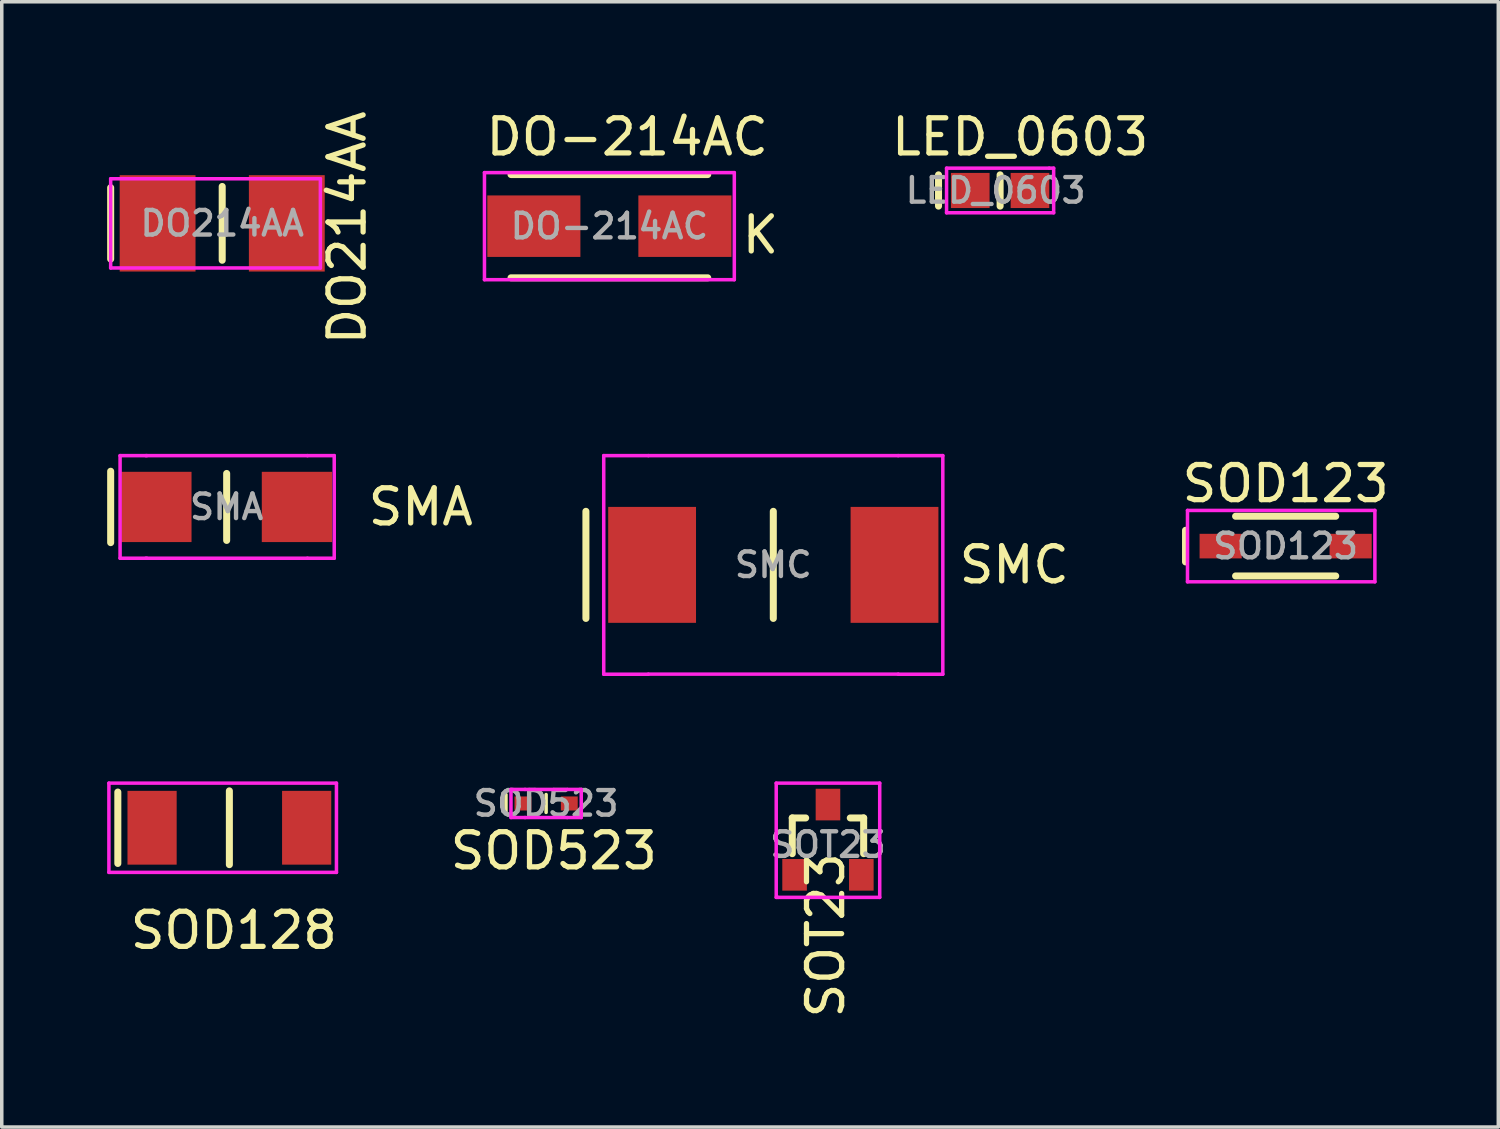
<source format=kicad_pcb>
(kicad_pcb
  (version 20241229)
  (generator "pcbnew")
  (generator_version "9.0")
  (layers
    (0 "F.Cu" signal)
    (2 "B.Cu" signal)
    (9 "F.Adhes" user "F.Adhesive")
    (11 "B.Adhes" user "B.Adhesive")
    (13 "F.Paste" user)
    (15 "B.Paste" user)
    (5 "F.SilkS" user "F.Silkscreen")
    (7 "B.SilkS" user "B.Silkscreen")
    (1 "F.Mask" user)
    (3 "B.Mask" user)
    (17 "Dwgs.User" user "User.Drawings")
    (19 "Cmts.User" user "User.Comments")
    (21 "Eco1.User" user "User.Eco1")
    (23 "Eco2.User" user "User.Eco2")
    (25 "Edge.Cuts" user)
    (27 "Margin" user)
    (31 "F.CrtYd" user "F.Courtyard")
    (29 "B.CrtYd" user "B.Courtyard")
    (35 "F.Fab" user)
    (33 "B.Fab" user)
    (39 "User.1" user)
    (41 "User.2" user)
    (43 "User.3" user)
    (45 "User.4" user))
  (footprint "DO214AA"
    (placed yes)
    (layer "F.Cu")
    (at 3.275 3.308)
    (property "Reference" "DO214AA" (at 3.556 0.127 90) (layer "F.SilkS") (effects (font (size 1 1) (thickness 0.15))))
    (attr through_hole)
    (fp_line (start -3.175 -1.016) (end -3.175 1.016) (stroke (width 0.2) (type solid)) (layer "F.SilkS"))
    (fp_line (start 0 -1.05) (end 0 1.05) (stroke (width 0.2) (type solid)) (layer "F.SilkS"))
    (fp_line (start -3.175 -1.27) (end 2.794 -1.27) (stroke (width 0.1) (type solid)) (layer "F.CrtYd"))
    (fp_line (start -3.175 1.27) (end -3.175 -1.27) (stroke (width 0.1) (type solid)) (layer "F.CrtYd"))
    (fp_line (start 2.794 -1.27) (end 2.794 1.27) (stroke (width 0.1) (type solid)) (layer "F.CrtYd"))
    (fp_line (start 2.794 1.27) (end -3.175 1.27) (stroke (width 0.1) (type solid)) (layer "F.CrtYd"))
    (fp_text user "${REFERENCE}" (at 0 0 0) (layer "F.Fab") (effects (font (size 0.7 0.7) (thickness 0.125))))
    (pad "1" smd rect (at -1.839 0) (size 2.159 2.743) (layers "F.Cu" "F.Mask" "F.Paste"))
    (pad "2" smd rect (at 1.839 0) (size 2.159 2.743) (layers "F.Cu" "F.Mask" "F.Paste")))
  (footprint "SOT23"
    (placed yes)
    (layer "F.Cu")
    (at 20.518 19.852)
    (property "Reference" "SOT23" (at -0.066 3.721 90) (layer "F.SilkS") (effects (font (size 1 1) (thickness 0.15))))
    (attr through_hole)
    (fp_line (start -1.016 0.381) (end -1.016 1.397) (stroke (width 0.2) (type solid)) (layer "F.SilkS"))
    (fp_line (start -0.635 0.381) (end -1.016 0.381) (stroke (width 0.2) (type solid)) (layer "F.SilkS"))
    (fp_line (start 0.635 0.381) (end 1.016 0.381) (stroke (width 0.2) (type solid)) (layer "F.SilkS"))
    (fp_line (start 1.016 0.381) (end 1.016 1.397) (stroke (width 0.2) (type solid)) (layer "F.SilkS"))
    (fp_line (start -1.473 2.642) (end -1.473 -0.61) (stroke (width 0.1) (type solid)) (layer "F.CrtYd"))
    (fp_line (start -1.422 2.642) (end -1.473 2.642) (stroke (width 0.1) (type solid)) (layer "F.CrtYd"))
    (fp_line (start 1.473 -0.61) (end -1.473 -0.61) (stroke (width 0.1) (type solid)) (layer "F.CrtYd"))
    (fp_line (start 1.473 -0.61) (end 1.473 2.642) (stroke (width 0.1) (type solid)) (layer "F.CrtYd"))
    (fp_line (start 1.473 2.642) (end -1.422 2.642) (stroke (width 0.1) (type solid)) (layer "F.CrtYd"))
    (fp_text user "${REFERENCE}" (at 0 1.143 0) (layer "F.Fab") (effects (font (size 0.7 0.7) (thickness 0.125))))
    (pad "1" smd rect (at -0.95 2) (size 0.7 0.9) (layers "F.Cu" "F.Mask" "F.Paste"))
    (pad "2" smd rect (at 0.95 2) (size 0.7 0.9) (layers "F.Cu" "F.Mask" "F.Paste"))
    (pad "3" smd rect (at 0 0) (size 0.7 0.9) (layers "F.Cu" "F.Mask" "F.Paste")))
  (footprint "SMA"
    (layer "F.Cu")
    (at 3.402 11.38)
    (property "Reference" "SMA" (at 5.524 0 0) (layer "F.SilkS") (effects (font (size 1 1) (thickness 0.15))))
    (attr through_hole)
    (fp_line (start -3.302 -1.016) (end -3.302 1.016) (stroke (width 0.2) (type solid)) (layer "F.SilkS"))
    (fp_line (start 0 -0.953) (end 0 0.953) (stroke (width 0.2) (type solid)) (layer "F.SilkS"))
    (fp_line (start -3.034 -1.461) (end -2.272 -1.461) (stroke (width 0.1) (type solid)) (layer "F.CrtYd"))
    (fp_line (start -3.034 1.46) (end -3.034 -1.461) (stroke (width 0.1) (type solid)) (layer "F.CrtYd"))
    (fp_line (start -2.3 -1.46) (end 2.3 -1.46) (stroke (width 0.1) (type solid)) (layer "F.CrtYd"))
    (fp_line (start -2.3 1.46) (end 2.3 1.46) (stroke (width 0.1) (type solid)) (layer "F.CrtYd"))
    (fp_line (start -2.272 1.46) (end -3.034 1.46) (stroke (width 0.1) (type solid)) (layer "F.CrtYd"))
    (fp_line (start 2.3 1.46) (end 3.062 1.46) (stroke (width 0.1) (type solid)) (layer "F.CrtYd"))
    (fp_line (start 3.062 -1.461) (end 2.3 -1.461) (stroke (width 0.1) (type solid)) (layer "F.CrtYd"))
    (fp_line (start 3.062 1.46) (end 3.062 -1.461) (stroke (width 0.1) (type solid)) (layer "F.CrtYd"))
    (fp_text user "${REFERENCE}" (at 0 0 0) (layer "F.Fab") (effects (font (size 0.7 0.7) (thickness 0.125))))
    (pad "1" smd rect (at -2 0) (size 2 2) (layers "F.Cu" "F.Mask" "F.Paste"))
    (pad "2" smd rect (at 2 0) (size 2 2) (layers "F.Cu" "F.Mask" "F.Paste")))
  (footprint "LED_0603"
    (layer "F.Cu")
    (at 25.418 2.372)
    (property "Reference" "LED_0603" (at 0.572 -1.524 0) (layer "F.SilkS") (effects (font (size 1 1) (thickness 0.15))))
    (attr smd)
    (fp_line (start -1.753 -0.445) (end -1.753 0.445) (stroke (width 0.2) (type solid)) (layer "F.SilkS"))
    (fp_line (start 0 -0.445) (end 0 0.445) (stroke (width 0.2) (type solid)) (layer "F.SilkS"))
    (fp_line (start -1.524 -0.635) (end -1.524 0.635) (stroke (width 0.1) (type solid)) (layer "F.CrtYd"))
    (fp_line (start -1.524 0.635) (end 1.524 0.635) (stroke (width 0.1) (type solid)) (layer "F.CrtYd"))
    (fp_line (start 1.397 -0.635) (end -1.524 -0.635) (stroke (width 0.1) (type solid)) (layer "F.CrtYd"))
    (fp_line (start 1.524 -0.635) (end 1.397 -0.635) (stroke (width 0.1) (type solid)) (layer "F.CrtYd"))
    (fp_line (start 1.524 0.635) (end 1.524 -0.635) (stroke (width 0.1) (type solid)) (layer "F.CrtYd"))
    (fp_text user "${REFERENCE}" (at -0.127 0 0) (layer "F.Fab") (effects (font (size 0.7 0.7) (thickness 0.125))))
    (pad "1" smd rect (at -0.85 0) (size 1.1 1) (layers "F.Cu" "F.Mask" "F.Paste"))
    (pad "2" smd rect (at 0.85 0) (size 1.1 1) (layers "F.Cu" "F.Mask" "F.Paste")))
  (footprint "SOD523"
    (layer "F.Cu")
    (at 12.495 19.821)
    (property "Reference" "SOD523" (at 0.218 1.349 0) (layer "F.SilkS") (effects (font (size 1 1) (thickness 0.15))))
    (attr through_hole)
    (fp_line (start -1.143 -0.254) (end -1.143 0.254) (stroke (width 0.1) (type solid)) (layer "F.SilkS"))
    (fp_line (start 0 -0.254) (end 0 0.254) (stroke (width 0.1) (type solid)) (layer "F.SilkS"))
    (fp_line (start -1 -0.4) (end -1 0.4) (stroke (width 0.1) (type solid)) (layer "F.CrtYd"))
    (fp_line (start -1 0.4) (end -0.6 0.4) (stroke (width 0.1) (type solid)) (layer "F.CrtYd"))
    (fp_line (start -0.6 -0.4) (end -1 -0.4) (stroke (width 0.1) (type solid)) (layer "F.CrtYd"))
    (fp_line (start -0.6 -0.4) (end 0.6 -0.4) (stroke (width 0.1) (type solid)) (layer "F.CrtYd"))
    (fp_line (start -0.6 0.4) (end 0.6 0.4) (stroke (width 0.1) (type solid)) (layer "F.CrtYd"))
    (fp_line (start 0.6 0.4) (end 1 0.4) (stroke (width 0.1) (type solid)) (layer "F.CrtYd"))
    (fp_line (start 1 -0.4) (end 0.6 -0.4) (stroke (width 0.1) (type solid)) (layer "F.CrtYd"))
    (fp_line (start 1 0.4) (end 1 -0.4) (stroke (width 0.1) (type solid)) (layer "F.CrtYd"))
    (fp_text user "${REFERENCE}" (at 0 0 0) (layer "F.Fab") (effects (font (size 0.7 0.7) (thickness 0.125))))
    (pad "1" smd rect (at -0.66 0) (size 0.48 0.4) (layers "F.Cu" "F.Mask" "F.Paste"))
    (pad "2" smd rect (at 0.66 0) (size 0.48 0.4) (layers "F.Cu" "F.Mask" "F.Paste")))
  (footprint "DO-214AC"
    (layer "F.Cu")
    (at 14.296 3.388)
    (property "Reference" "DO-214AC" (at 0.508 -2.54 0) (layer "F.SilkS") (effects (font (size 1 1) (thickness 0.15))))
    (attr through_hole)
    (fp_line (start -2.8 1.47) (end 2.8 1.47) (stroke (width 0.2) (type solid)) (layer "F.SilkS"))
    (fp_line (start 2.8 -1.47) (end -2.8 -1.47) (stroke (width 0.2) (type solid)) (layer "F.SilkS"))
    (fp_line (start -3.556 -1.524) (end -3.556 1.524) (stroke (width 0.1) (type solid)) (layer "F.CrtYd"))
    (fp_line (start -3.556 1.524) (end 3.556 1.524) (stroke (width 0.1) (type solid)) (layer "F.CrtYd"))
    (fp_line (start 3.556 -1.524) (end -3.556 -1.524) (stroke (width 0.1) (type solid)) (layer "F.CrtYd"))
    (fp_line (start 3.556 1.524) (end 3.556 -1.524) (stroke (width 0.1) (type solid)) (layer "F.CrtYd"))
    (fp_text user "K" (at 4.3 0.25 0) (layer "F.SilkS") (effects (font (size 1 1) (thickness 0.15))))
    (fp_text user "${REFERENCE}" (at 0 0 0) (layer "F.Fab") (effects (font (size 0.7 0.7) (thickness 0.125))))
    (pad "1" smd rect (at -2.15 0) (size 2.65 1.75) (layers "F.Cu" "F.Mask" "F.Paste"))
    (pad "2" smd rect (at 2.15 0) (size 2.65 1.75) (layers "F.Cu" "F.Mask" "F.Paste")))
  (footprint "SOD123"
    (layer "F.Cu")
    (at 33.546 12.495)
    (property "Reference" "SOD123" (at 0 -1.778 0) (layer "F.SilkS") (effects (font (size 1 1) (thickness 0.15))))
    (attr through_hole)
    (fp_line (start -2.85 -0.45) (end -2.85 0.45) (stroke (width 0.2) (type solid)) (layer "F.SilkS"))
    (fp_line (start -1.425 0.85) (end 1.425 0.85) (stroke (width 0.2) (type solid)) (layer "F.SilkS"))
    (fp_line (start 1.425 -0.85) (end -1.425 -0.85) (stroke (width 0.2) (type solid)) (layer "F.SilkS"))
    (fp_line (start -2.794 -1.016) (end -2.794 1.016) (stroke (width 0.1) (type solid)) (layer "F.CrtYd"))
    (fp_line (start -2.794 1.016) (end 2.54 1.016) (stroke (width 0.1) (type solid)) (layer "F.CrtYd"))
    (fp_line (start 2.54 -1.016) (end -2.794 -1.016) (stroke (width 0.1) (type solid)) (layer "F.CrtYd"))
    (fp_line (start 2.54 1.016) (end 2.54 -1.016) (stroke (width 0.1) (type solid)) (layer "F.CrtYd"))
    (fp_text user "${REFERENCE}" (at 0 0 0) (layer "F.Fab") (effects (font (size 0.7 0.7) (thickness 0.125))))
    (pad "1" smd rect (at -1.85 0) (size 1.2 0.7) (layers "F.Cu" "F.Mask" "F.Paste"))
    (pad "2" smd rect (at 1.85 0) (size 1.2 0.7) (layers "F.Cu" "F.Mask" "F.Paste")))
  (footprint "SOD128"
    (layer "F.Cu")
    (at 3.479 20.512)
    (property "Reference" "SOD128" (at 0.127 2.921 0) (layer "F.SilkS") (effects (font (size 1 1) (thickness 0.15))))
    (attr through_hole)
    (fp_line (start -3.175 -1.016) (end -3.175 1.016) (stroke (width 0.2) (type solid)) (layer "F.SilkS"))
    (fp_line (start 0 -1.05) (end 0 1.05) (stroke (width 0.2) (type solid)) (layer "F.SilkS"))
    (fp_line (start -3.429 -1.27) (end 3.048 -1.27) (stroke (width 0.1) (type solid)) (layer "F.CrtYd"))
    (fp_line (start -3.429 1.27) (end -3.429 -1.27) (stroke (width 0.1) (type solid)) (layer "F.CrtYd"))
    (fp_line (start 3.048 -1.27) (end 3.048 1.27) (stroke (width 0.1) (type solid)) (layer "F.CrtYd"))
    (fp_line (start 3.048 1.27) (end -3.429 1.27) (stroke (width 0.1) (type solid)) (layer "F.CrtYd"))
    (pad "1" smd rect (at -2.2 0) (size 1.4 2.1) (layers "F.Cu" "F.Mask" "F.Paste"))
    (pad "2" smd rect (at 2.2 0) (size 1.4 2.1) (layers "F.Cu" "F.Mask" "F.Paste")))
  (footprint "SMC"
    (layer "F.Cu")
    (at 18.962 13.029)
    (property "Reference" "SMC" (at 6.858 0 0) (layer "F.SilkS") (effects (font (size 1 1) (thickness 0.15))))
    (attr through_hole)
    (fp_line (start -5.334 -1.524) (end -5.334 1.524) (stroke (width 0.2) (type solid)) (layer "F.SilkS"))
    (fp_line (start 0 -1.524) (end 0 1.524) (stroke (width 0.2) (type solid)) (layer "F.SilkS"))
    (fp_line (start -4.827 -3.11) (end -4.827 3.113) (stroke (width 0.1) (type solid)) (layer "F.CrtYd"))
    (fp_line (start -4.827 3.113) (end -3.557 3.113) (stroke (width 0.1) (type solid)) (layer "F.CrtYd"))
    (fp_line (start -3.557 -3.11) (end -4.827 -3.11) (stroke (width 0.1) (type solid)) (layer "F.CrtYd"))
    (fp_line (start -3.555 3.11) (end 3.555 3.11) (stroke (width 0.1) (type solid)) (layer "F.CrtYd"))
    (fp_line (start 3.555 -3.11) (end -3.555 -3.11) (stroke (width 0.1) (type solid)) (layer "F.CrtYd"))
    (fp_line (start 3.555 -3.11) (end 4.825 -3.11) (stroke (width 0.1) (type solid)) (layer "F.CrtYd"))
    (fp_line (start 4.825 -3.11) (end 4.825 3.113) (stroke (width 0.1) (type solid)) (layer "F.CrtYd"))
    (fp_line (start 4.825 3.113) (end 3.555 3.113) (stroke (width 0.1) (type solid)) (layer "F.CrtYd"))
    (fp_text user "${REFERENCE}" (at 0 0 0) (layer "F.Fab") (effects (font (size 0.7 0.7) (thickness 0.125))))
    (pad "1" smd rect (at -3.45 0) (size 2.5 3.3) (layers "F.Cu" "F.Mask" "F.Paste"))
    (pad "2" smd rect (at 3.45 0) (size 2.5 3.3) (layers "F.Cu" "F.Mask" "F.Paste")))
  (gr_rect
    (start -3 -3)
    (end 39.599 29.031)
    (stroke (width 0.1) (type default))
    (fill no)
    (layer "Edge.Cuts")))
</source>
